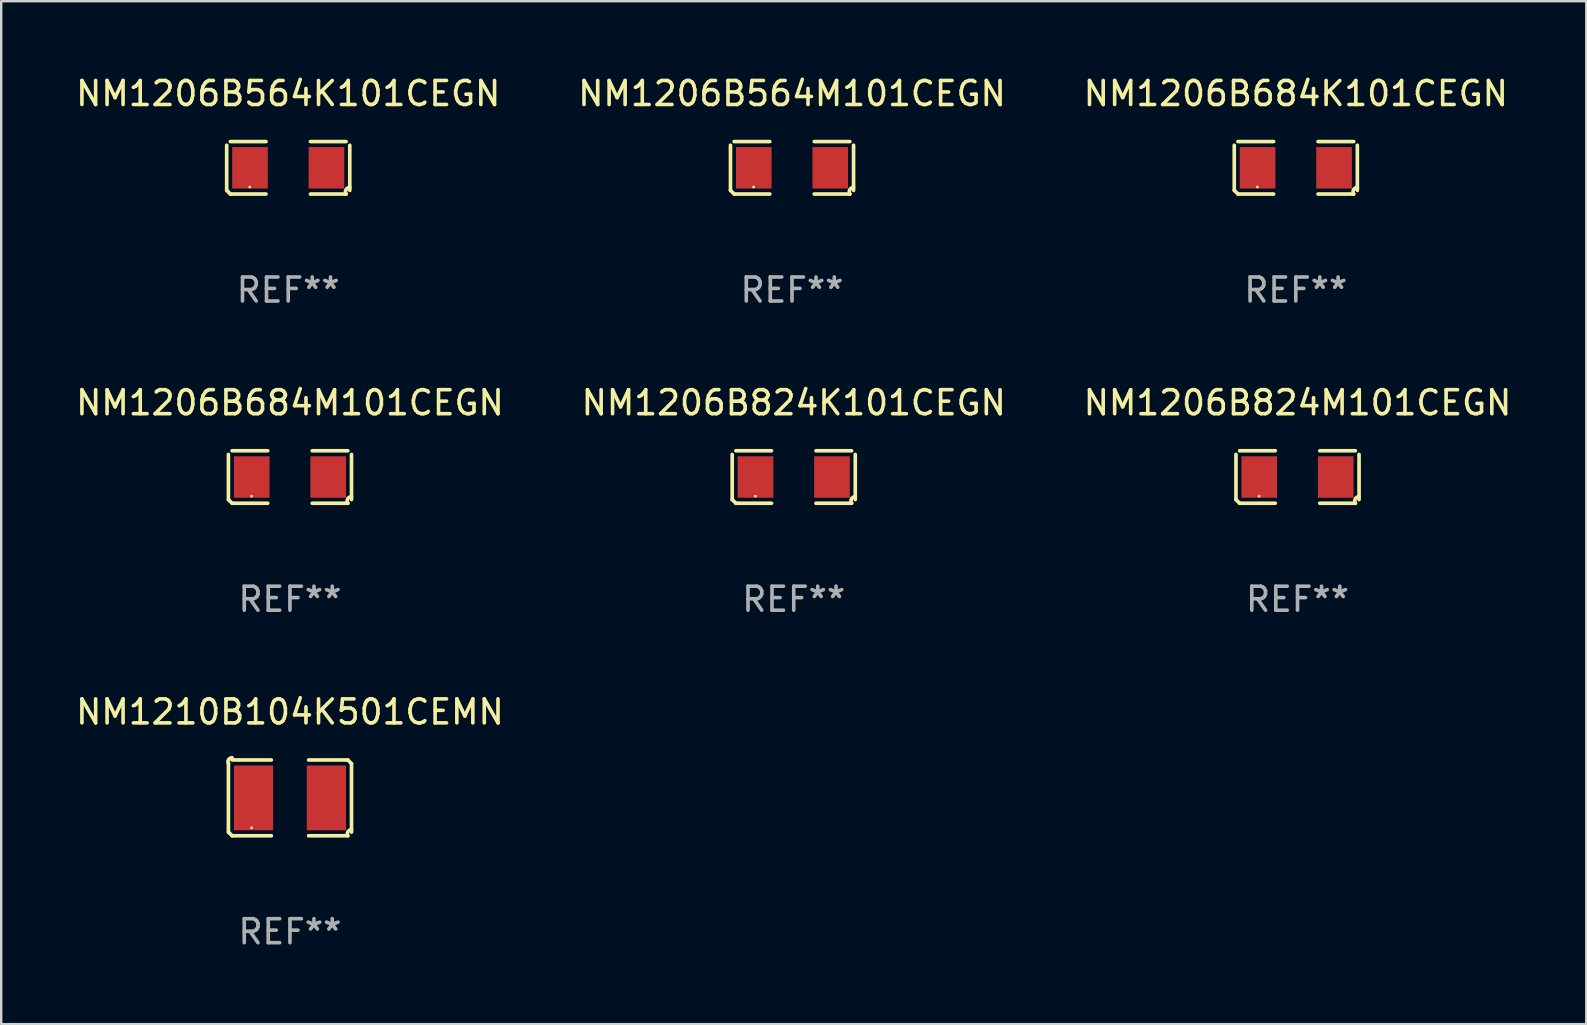
<source format=kicad_pcb>
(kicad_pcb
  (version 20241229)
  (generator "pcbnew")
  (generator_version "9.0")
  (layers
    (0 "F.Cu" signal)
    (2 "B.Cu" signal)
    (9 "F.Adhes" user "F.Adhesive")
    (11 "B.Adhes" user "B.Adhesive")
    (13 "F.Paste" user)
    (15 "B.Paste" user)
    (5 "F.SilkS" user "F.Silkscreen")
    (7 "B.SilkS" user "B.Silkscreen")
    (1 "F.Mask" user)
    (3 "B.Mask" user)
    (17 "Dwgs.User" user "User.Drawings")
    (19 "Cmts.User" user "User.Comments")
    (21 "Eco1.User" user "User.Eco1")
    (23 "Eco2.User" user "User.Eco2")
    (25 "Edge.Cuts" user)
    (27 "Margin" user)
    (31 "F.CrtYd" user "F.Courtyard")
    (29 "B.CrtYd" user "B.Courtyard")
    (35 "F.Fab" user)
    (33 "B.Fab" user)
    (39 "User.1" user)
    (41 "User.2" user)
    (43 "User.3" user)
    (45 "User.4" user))
  (footprint "NM1206B684M101CEGN"
    (layer "F.Cu")
    (at 9.03 16.823)
    (property "Reference" "NM1206B684M101CEGN" (at 0 -3.093 0) (layer "F.SilkS") (effects (font (size 1 1) (thickness 0.15))))
    (attr through_hole)
    (fp_line (start -2.564 0.94) (end -2.564 -0.94) (stroke (width 0.152) (type solid)) (layer "F.SilkS"))
    (fp_line (start -2.411 -1.093) (end -0.926 -1.093) (stroke (width 0.152) (type solid)) (layer "F.SilkS"))
    (fp_line (start -0.926 1.093) (end -2.411 1.093) (stroke (width 0.152) (type solid)) (layer "F.SilkS"))
    (fp_line (start 0.926 1.093) (end 2.411 1.093) (stroke (width 0.152) (type solid)) (layer "F.SilkS"))
    (fp_line (start 2.411 -1.093) (end 0.926 -1.093) (stroke (width 0.152) (type solid)) (layer "F.SilkS"))
    (fp_line (start 2.564 0.94) (end 2.564 -0.94) (stroke (width 0.152) (type solid)) (layer "F.SilkS"))
    (fp_arc (start -2.411201 1.092609) (mid -2.487413 1.01642) (end -2.563602 0.940208) (stroke (width 0.1524) (type solid)) (layer "F.SilkS"))
    (fp_arc (start 2.411201 1.092609) (mid 2.407159 0.911226) (end 2.563602 0.819347) (stroke (width 0.1524) (type solid)) (layer "F.SilkS"))
    (fp_circle (center -1.6 0.8) (end -1.57 0.8) (stroke (width 0.06) (type solid)) (fill no) (layer "F.SilkS"))
    (fp_text user "REF**" (at 0 5.093 0) (layer "F.Fab") (effects (font (size 1 1) (thickness 0.15))))
    (pad "1" smd rect (at -1.593 0) (size 1.485 1.728) (layers "F.Cu" "F.Mask" "F.Paste"))
    (pad "2" smd rect (at 1.593 0) (size 1.485 1.728) (layers "F.Cu" "F.Mask" "F.Paste")))
  (footprint "NM1206B684K101CEGN"
    (layer "F.Cu")
    (at 50.935 3.941)
    (property "Reference" "NM1206B684K101CEGN" (at 0 -3.093 0) (layer "F.SilkS") (effects (font (size 1 1) (thickness 0.15))))
    (attr through_hole)
    (fp_line (start -2.564 0.94) (end -2.564 -0.94) (stroke (width 0.152) (type solid)) (layer "F.SilkS"))
    (fp_line (start -2.411 -1.093) (end -0.926 -1.093) (stroke (width 0.152) (type solid)) (layer "F.SilkS"))
    (fp_line (start -0.926 1.093) (end -2.411 1.093) (stroke (width 0.152) (type solid)) (layer "F.SilkS"))
    (fp_line (start 0.926 1.093) (end 2.411 1.093) (stroke (width 0.152) (type solid)) (layer "F.SilkS"))
    (fp_line (start 2.411 -1.093) (end 0.926 -1.093) (stroke (width 0.152) (type solid)) (layer "F.SilkS"))
    (fp_line (start 2.564 0.94) (end 2.564 -0.94) (stroke (width 0.152) (type solid)) (layer "F.SilkS"))
    (fp_arc (start -2.411201 1.092609) (mid -2.487413 1.01642) (end -2.563602 0.940208) (stroke (width 0.1524) (type solid)) (layer "F.SilkS"))
    (fp_arc (start 2.411201 1.092609) (mid 2.407159 0.911226) (end 2.563602 0.819347) (stroke (width 0.1524) (type solid)) (layer "F.SilkS"))
    (fp_circle (center -1.6 0.8) (end -1.57 0.8) (stroke (width 0.06) (type solid)) (fill no) (layer "F.SilkS"))
    (fp_text user "REF**" (at 0 5.093 0) (layer "F.Fab") (effects (font (size 1 1) (thickness 0.15))))
    (pad "1" smd rect (at -1.593 0) (size 1.485 1.728) (layers "F.Cu" "F.Mask" "F.Paste"))
    (pad "2" smd rect (at 1.593 0) (size 1.485 1.728) (layers "F.Cu" "F.Mask" "F.Paste")))
  (footprint "NM1206B824K101CEGN"
    (layer "F.Cu")
    (at 30.018 16.823)
    (property "Reference" "NM1206B824K101CEGN" (at 0 -3.093 0) (layer "F.SilkS") (effects (font (size 1 1) (thickness 0.15))))
    (attr through_hole)
    (fp_line (start -2.564 0.94) (end -2.564 -0.94) (stroke (width 0.152) (type solid)) (layer "F.SilkS"))
    (fp_line (start -2.411 -1.093) (end -0.926 -1.093) (stroke (width 0.152) (type solid)) (layer "F.SilkS"))
    (fp_line (start -0.926 1.093) (end -2.411 1.093) (stroke (width 0.152) (type solid)) (layer "F.SilkS"))
    (fp_line (start 0.926 1.093) (end 2.411 1.093) (stroke (width 0.152) (type solid)) (layer "F.SilkS"))
    (fp_line (start 2.411 -1.093) (end 0.926 -1.093) (stroke (width 0.152) (type solid)) (layer "F.SilkS"))
    (fp_line (start 2.564 0.94) (end 2.564 -0.94) (stroke (width 0.152) (type solid)) (layer "F.SilkS"))
    (fp_arc (start -2.411201 1.092609) (mid -2.487413 1.01642) (end -2.563602 0.940208) (stroke (width 0.1524) (type solid)) (layer "F.SilkS"))
    (fp_arc (start 2.411201 1.092609) (mid 2.407159 0.911226) (end 2.563602 0.819347) (stroke (width 0.1524) (type solid)) (layer "F.SilkS"))
    (fp_circle (center -1.6 0.8) (end -1.57 0.8) (stroke (width 0.06) (type solid)) (fill no) (layer "F.SilkS"))
    (fp_text user "REF**" (at 0 5.093 0) (layer "F.Fab") (effects (font (size 1 1) (thickness 0.15))))
    (pad "1" smd rect (at -1.593 0) (size 1.485 1.728) (layers "F.Cu" "F.Mask" "F.Paste"))
    (pad "2" smd rect (at 1.593 0) (size 1.485 1.728) (layers "F.Cu" "F.Mask" "F.Paste")))
  (footprint "NM1210B104K501CEMN"
    (layer "F.Cu")
    (at 9.03 30.19)
    (property "Reference" "NM1210B104K501CEMN" (at 0 -3.579 0) (layer "F.SilkS") (effects (font (size 1 1) (thickness 0.15))))
    (attr through_hole)
    (fp_line (start -2.564 1.426) (end -2.564 -1.426) (stroke (width 0.152) (type solid)) (layer "F.SilkS"))
    (fp_line (start -2.411 -1.579) (end -0.776 -1.579) (stroke (width 0.152) (type solid)) (layer "F.SilkS"))
    (fp_line (start -0.776 1.579) (end -2.411 1.579) (stroke (width 0.152) (type solid)) (layer "F.SilkS"))
    (fp_line (start 0.776 1.579) (end 2.411 1.579) (stroke (width 0.152) (type solid)) (layer "F.SilkS"))
    (fp_line (start 2.411 -1.579) (end 0.776 -1.579) (stroke (width 0.152) (type solid)) (layer "F.SilkS"))
    (fp_line (start 2.564 1.426) (end 2.564 -1.426) (stroke (width 0.152) (type solid)) (layer "F.SilkS"))
    (fp_arc (start -2.563602 -1.426213) (mid -2.555597 -1.591233) (end -2.411201 -1.671518) (stroke (width 0.1524) (type solid)) (layer "F.SilkS"))
    (fp_arc (start -2.5636 1.426214) (mid -2.487389 1.502402) (end -2.411201 1.578613) (stroke (width 0.1524) (type solid)) (layer "F.SilkS"))
    (fp_arc (start 2.411197 -1.578618) (mid 2.487403 -1.502419) (end 2.563602 -1.426213) (stroke (width 0.1524) (type solid)) (layer "F.SilkS"))
    (fp_arc (start 2.411201 1.578613) (mid 2.416214 1.409455) (end 2.563602 1.32629) (stroke (width 0.1524) (type solid)) (layer "F.SilkS"))
    (fp_circle (center -1.6 1.25) (end -1.57 1.25) (stroke (width 0.06) (type solid)) (fill no) (layer "F.SilkS"))
    (fp_text user "REF**" (at 0 5.579 0) (layer "F.Fab") (effects (font (size 1 1) (thickness 0.15))))
    (pad "1" smd rect (at -1.517 0) (size 1.635 2.7) (layers "F.Cu" "F.Mask" "F.Paste"))
    (pad "2" smd rect (at 1.517 0) (size 1.635 2.7) (layers "F.Cu" "F.Mask" "F.Paste")))
  (footprint "NM1206B824M101CEGN"
    (layer "F.Cu")
    (at 51.006 16.823)
    (property "Reference" "NM1206B824M101CEGN" (at 0 -3.093 0) (layer "F.SilkS") (effects (font (size 1 1) (thickness 0.15))))
    (attr through_hole)
    (fp_line (start -2.564 0.94) (end -2.564 -0.94) (stroke (width 0.152) (type solid)) (layer "F.SilkS"))
    (fp_line (start -2.411 -1.093) (end -0.926 -1.093) (stroke (width 0.152) (type solid)) (layer "F.SilkS"))
    (fp_line (start -0.926 1.093) (end -2.411 1.093) (stroke (width 0.152) (type solid)) (layer "F.SilkS"))
    (fp_line (start 0.926 1.093) (end 2.411 1.093) (stroke (width 0.152) (type solid)) (layer "F.SilkS"))
    (fp_line (start 2.411 -1.093) (end 0.926 -1.093) (stroke (width 0.152) (type solid)) (layer "F.SilkS"))
    (fp_line (start 2.564 0.94) (end 2.564 -0.94) (stroke (width 0.152) (type solid)) (layer "F.SilkS"))
    (fp_arc (start -2.411201 1.092609) (mid -2.487413 1.01642) (end -2.563602 0.940208) (stroke (width 0.1524) (type solid)) (layer "F.SilkS"))
    (fp_arc (start 2.411201 1.092609) (mid 2.407159 0.911226) (end 2.563602 0.819347) (stroke (width 0.1524) (type solid)) (layer "F.SilkS"))
    (fp_circle (center -1.6 0.8) (end -1.57 0.8) (stroke (width 0.06) (type solid)) (fill no) (layer "F.SilkS"))
    (fp_text user "REF**" (at 0 5.093 0) (layer "F.Fab") (effects (font (size 1 1) (thickness 0.15))))
    (pad "1" smd rect (at -1.593 0) (size 1.485 1.728) (layers "F.Cu" "F.Mask" "F.Paste"))
    (pad "2" smd rect (at 1.593 0) (size 1.485 1.728) (layers "F.Cu" "F.Mask" "F.Paste")))
  (footprint "NM1206B564K101CEGN"
    (layer "F.Cu")
    (at 8.958 3.941)
    (property "Reference" "NM1206B564K101CEGN" (at 0 -3.093 0) (layer "F.SilkS") (effects (font (size 1 1) (thickness 0.15))))
    (attr through_hole)
    (fp_line (start -2.564 0.94) (end -2.564 -0.94) (stroke (width 0.152) (type solid)) (layer "F.SilkS"))
    (fp_line (start -2.411 -1.093) (end -0.926 -1.093) (stroke (width 0.152) (type solid)) (layer "F.SilkS"))
    (fp_line (start -0.926 1.093) (end -2.411 1.093) (stroke (width 0.152) (type solid)) (layer "F.SilkS"))
    (fp_line (start 0.926 1.093) (end 2.411 1.093) (stroke (width 0.152) (type solid)) (layer "F.SilkS"))
    (fp_line (start 2.411 -1.093) (end 0.926 -1.093) (stroke (width 0.152) (type solid)) (layer "F.SilkS"))
    (fp_line (start 2.564 0.94) (end 2.564 -0.94) (stroke (width 0.152) (type solid)) (layer "F.SilkS"))
    (fp_arc (start -2.411201 1.092609) (mid -2.487413 1.01642) (end -2.563602 0.940208) (stroke (width 0.1524) (type solid)) (layer "F.SilkS"))
    (fp_arc (start 2.411201 1.092609) (mid 2.407159 0.911226) (end 2.563602 0.819347) (stroke (width 0.1524) (type solid)) (layer "F.SilkS"))
    (fp_circle (center -1.6 0.8) (end -1.57 0.8) (stroke (width 0.06) (type solid)) (fill no) (layer "F.SilkS"))
    (fp_text user "REF**" (at 0 5.093 0) (layer "F.Fab") (effects (font (size 1 1) (thickness 0.15))))
    (pad "1" smd rect (at -1.593 0) (size 1.485 1.728) (layers "F.Cu" "F.Mask" "F.Paste"))
    (pad "2" smd rect (at 1.593 0) (size 1.485 1.728) (layers "F.Cu" "F.Mask" "F.Paste")))
  (footprint "NM1206B564M101CEGN"
    (layer "F.Cu")
    (at 29.946 3.941)
    (property "Reference" "NM1206B564M101CEGN" (at 0 -3.093 0) (layer "F.SilkS") (effects (font (size 1 1) (thickness 0.15))))
    (attr through_hole)
    (fp_line (start -2.564 0.94) (end -2.564 -0.94) (stroke (width 0.152) (type solid)) (layer "F.SilkS"))
    (fp_line (start -2.411 -1.093) (end -0.926 -1.093) (stroke (width 0.152) (type solid)) (layer "F.SilkS"))
    (fp_line (start -0.926 1.093) (end -2.411 1.093) (stroke (width 0.152) (type solid)) (layer "F.SilkS"))
    (fp_line (start 0.926 1.093) (end 2.411 1.093) (stroke (width 0.152) (type solid)) (layer "F.SilkS"))
    (fp_line (start 2.411 -1.093) (end 0.926 -1.093) (stroke (width 0.152) (type solid)) (layer "F.SilkS"))
    (fp_line (start 2.564 0.94) (end 2.564 -0.94) (stroke (width 0.152) (type solid)) (layer "F.SilkS"))
    (fp_arc (start -2.411201 1.092609) (mid -2.487413 1.01642) (end -2.563602 0.940208) (stroke (width 0.1524) (type solid)) (layer "F.SilkS"))
    (fp_arc (start 2.411201 1.092609) (mid 2.407159 0.911226) (end 2.563602 0.819347) (stroke (width 0.1524) (type solid)) (layer "F.SilkS"))
    (fp_circle (center -1.6 0.8) (end -1.57 0.8) (stroke (width 0.06) (type solid)) (fill no) (layer "F.SilkS"))
    (fp_text user "REF**" (at 0 5.093 0) (layer "F.Fab") (effects (font (size 1 1) (thickness 0.15))))
    (pad "1" smd rect (at -1.593 0) (size 1.485 1.728) (layers "F.Cu" "F.Mask" "F.Paste"))
    (pad "2" smd rect (at 1.593 0) (size 1.485 1.728) (layers "F.Cu" "F.Mask" "F.Paste")))
  (gr_rect
    (start -3 -3)
    (end 63.036 39.617)
    (stroke (width 0.1) (type default))
    (fill no)
    (layer "Edge.Cuts")))
</source>
